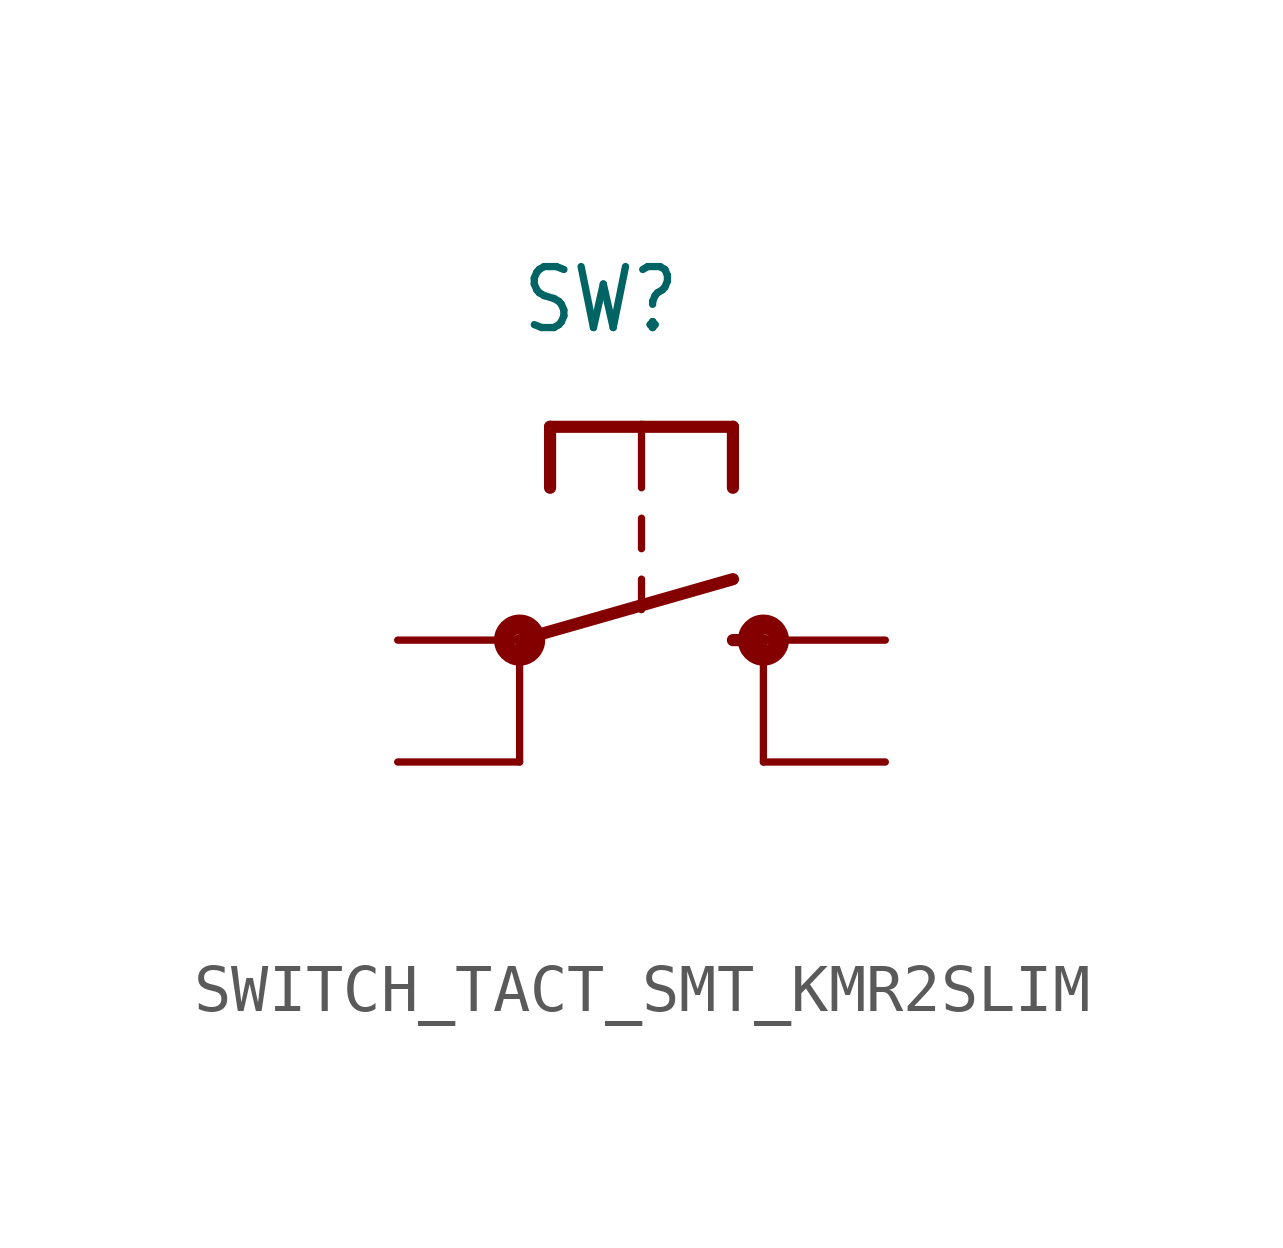
<source format=kicad_sym>
(kicad_symbol_lib
  (version 20231120)
  (generator "kicad_symbol_editor")
  (generator_version "8.0")
  (symbol "SWITCH_TACT_SMT_KMR2SLIM"
    (property "Reference" "SW"
      (at -2.54 6.35 0)
      (effects (font (size 1.27 1.079)) (justify left bottom)))
    (property "Value" ""
      (at -2.54 -5.08 0)
      (effects (font (size 1.27 1.079)) (justify left bottom)))
    (property "ki_locked" ""
      (at 0 0 0)
      (effects (font (size 1.27 1.27))))
    (symbol "SWITCH_TACT_SMT_KMR2SLIM_1_0"
      (circle (center -2.54 0) (radius 0.127) (stroke (width 0.406) (type solid)) (fill (type none)))
      (polyline (pts (xy -2.54 -2.54) (xy -2.54 0)) (stroke (width 0.152) (type solid)) (fill (type none)))
      (polyline (pts (xy -2.54 0) (xy 1.905 1.27)) (stroke (width 0.254) (type solid)) (fill (type none)))
      (polyline (pts (xy -1.905 4.445) (xy -1.905 3.175)) (stroke (width 0.254) (type solid)) (fill (type none)))
      (polyline (pts (xy 0 1.27) (xy 0 0.635)) (stroke (width 0.152) (type solid)) (fill (type none)))
      (polyline (pts (xy 0 2.54) (xy 0 1.905)) (stroke (width 0.152) (type solid)) (fill (type none)))
      (polyline (pts (xy 0 4.445) (xy -1.905 4.445)) (stroke (width 0.254) (type solid)) (fill (type none)))
      (polyline (pts (xy 0 4.445) (xy 0 3.175)) (stroke (width 0.152) (type solid)) (fill (type none)))
      (polyline (pts (xy 1.905 0) (xy 2.54 0)) (stroke (width 0.254) (type solid)) (fill (type none)))
      (polyline (pts (xy 1.905 4.445) (xy 0 4.445)) (stroke (width 0.254) (type solid)) (fill (type none)))
      (polyline (pts (xy 1.905 4.445) (xy 1.905 3.175)) (stroke (width 0.254) (type solid)) (fill (type none)))
      (polyline (pts (xy 2.54 -2.54) (xy 2.54 0)) (stroke (width 0.152) (type solid)) (fill (type none)))
      (circle (center 2.54 0) (radius 0.127) (stroke (width 0.406) (type solid)) (fill (type none)))
      (pin passive line (at -5.08 0 0) (length 2.54) (name "P" (effects (font (size 0 0)))) (number "A" (effects (font (size 0 0)))))
      (pin passive line (at -5.08 -2.54 0) (length 2.54) (name "P1" (effects (font (size 0 0)))) (number "A'" (effects (font (size 0 0)))))
      (pin passive line (at 5.08 0 180) (length 2.54) (name "S" (effects (font (size 0 0)))) (number "B" (effects (font (size 0 0)))))
      (pin passive line (at 5.08 -2.54 180) (length 2.54) (name "S1" (effects (font (size 0 0)))) (number "B'" (effects (font (size 0 0))))))))
</source>
